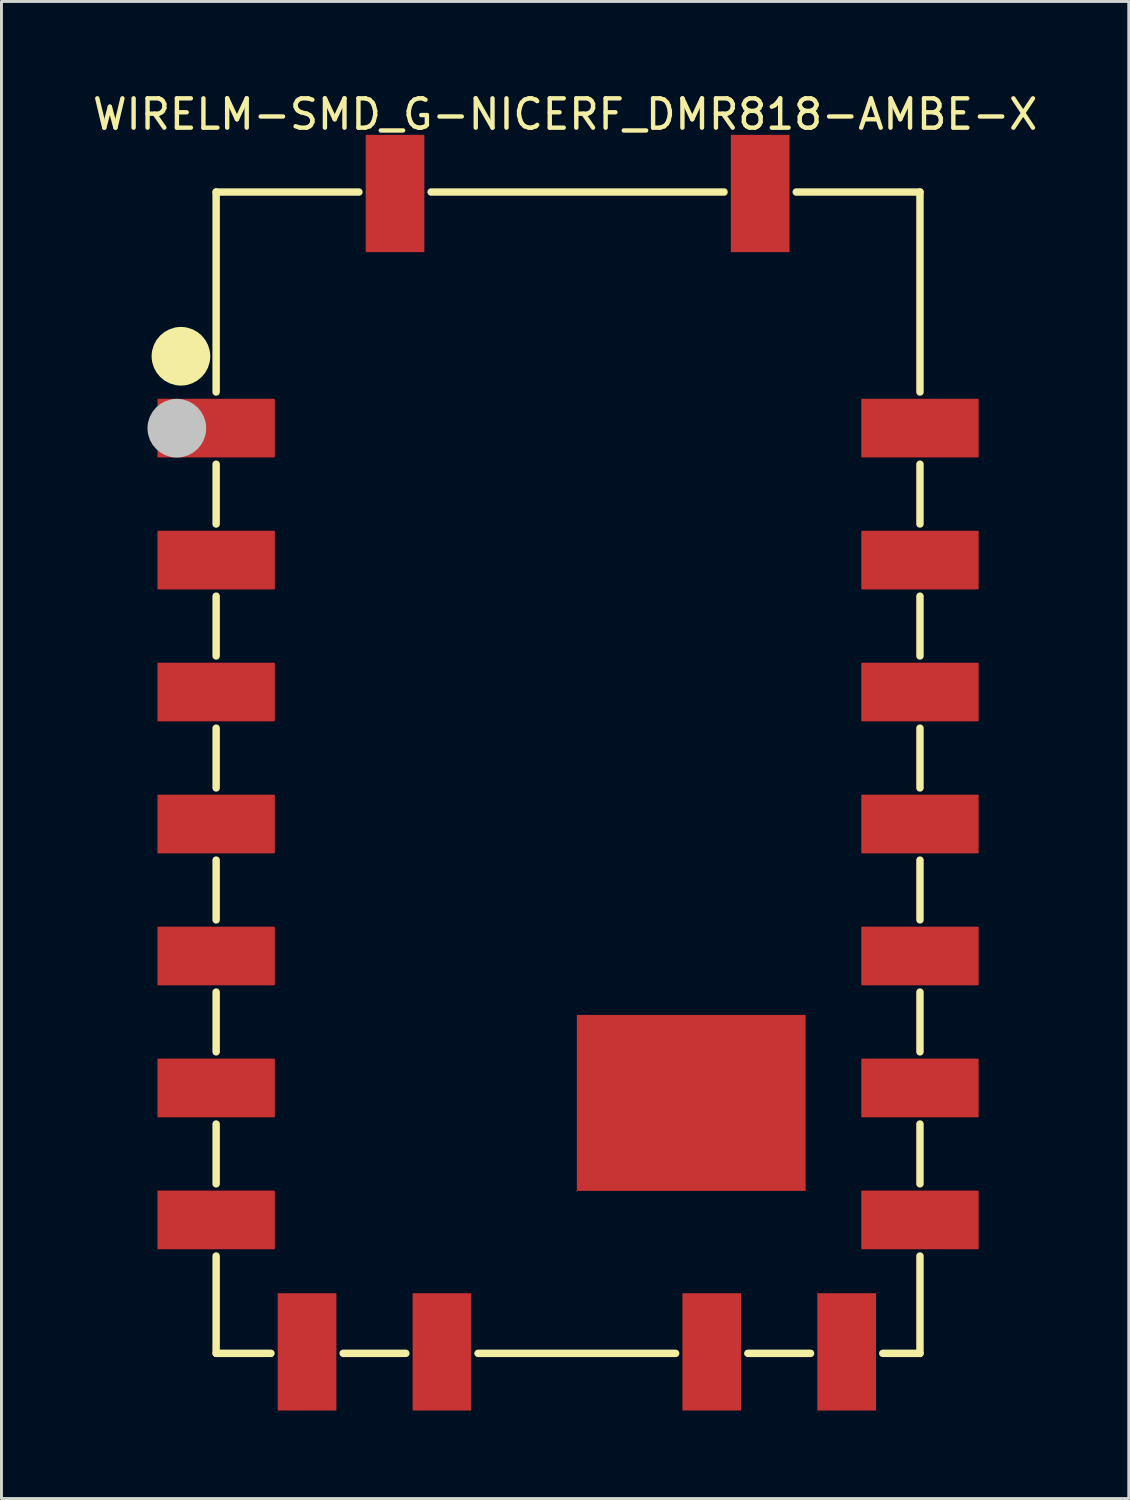
<source format=kicad_pcb>
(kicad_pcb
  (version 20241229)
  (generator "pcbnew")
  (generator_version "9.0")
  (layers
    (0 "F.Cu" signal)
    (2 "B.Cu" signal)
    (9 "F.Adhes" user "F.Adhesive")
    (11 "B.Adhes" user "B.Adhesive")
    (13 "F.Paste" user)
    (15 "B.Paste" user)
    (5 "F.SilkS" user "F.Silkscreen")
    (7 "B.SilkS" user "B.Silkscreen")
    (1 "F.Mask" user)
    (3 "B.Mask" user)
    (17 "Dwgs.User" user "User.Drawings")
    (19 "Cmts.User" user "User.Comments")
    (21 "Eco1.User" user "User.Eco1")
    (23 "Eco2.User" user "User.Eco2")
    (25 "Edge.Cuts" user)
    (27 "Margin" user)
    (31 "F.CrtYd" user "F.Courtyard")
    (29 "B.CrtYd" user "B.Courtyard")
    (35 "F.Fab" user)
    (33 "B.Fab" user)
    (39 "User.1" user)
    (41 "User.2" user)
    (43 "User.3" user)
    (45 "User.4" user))
  (footprint "WIRELM-SMD_G-NICERF_DMR818-AMBE-X"
    (layer "F.Cu")
    (at 16.32 23.298)
    (property "Reference" "WIRELM-SMD_G-NICERF_DMR818-AMBE-X" (at -0.1 -22.45 0) (layer "F.SilkS") (effects (font (size 1 1) (thickness 0.15))))
    (fp_line (start -12 -19.8) (end -7.131 -19.8) (stroke (width 0.254) (type default)) (layer "F.SilkS"))
    (fp_line (start -12 -12.981) (end -12 -19.8) (stroke (width 0.254) (type default)) (layer "F.SilkS"))
    (fp_line (start -12 -8.481) (end -12 -10.519) (stroke (width 0.254) (type default)) (layer "F.SilkS"))
    (fp_line (start -12 -3.981) (end -12 -6.019) (stroke (width 0.254) (type default)) (layer "F.SilkS"))
    (fp_line (start -12 0.519) (end -12 -1.519) (stroke (width 0.254) (type default)) (layer "F.SilkS"))
    (fp_line (start -12 5.019) (end -12 2.981) (stroke (width 0.254) (type default)) (layer "F.SilkS"))
    (fp_line (start -12 9.519) (end -12 7.481) (stroke (width 0.254) (type default)) (layer "F.SilkS"))
    (fp_line (start -12 14.019) (end -12 11.981) (stroke (width 0.254) (type default)) (layer "F.SilkS"))
    (fp_line (start -12 19.8) (end -12 16.481) (stroke (width 0.254) (type default)) (layer "F.SilkS"))
    (fp_line (start -10.131 19.8) (end -12 19.8) (stroke (width 0.254) (type default)) (layer "F.SilkS"))
    (fp_line (start -5.531 19.8) (end -7.669 19.8) (stroke (width 0.254) (type default)) (layer "F.SilkS"))
    (fp_line (start -4.669 -19.8) (end 5.319 -19.8) (stroke (width 0.254) (type default)) (layer "F.SilkS"))
    (fp_line (start 3.669 19.8) (end -3.069 19.8) (stroke (width 0.254) (type default)) (layer "F.SilkS"))
    (fp_line (start 7.781 -19.8) (end 12 -19.8) (stroke (width 0.254) (type default)) (layer "F.SilkS"))
    (fp_line (start 8.269 19.8) (end 6.131 19.8) (stroke (width 0.254) (type default)) (layer "F.SilkS"))
    (fp_line (start 12 -19.8) (end 12 -12.981) (stroke (width 0.254) (type default)) (layer "F.SilkS"))
    (fp_line (start 12 -10.519) (end 12 -8.481) (stroke (width 0.254) (type default)) (layer "F.SilkS"))
    (fp_line (start 12 -6.019) (end 12 -3.981) (stroke (width 0.254) (type default)) (layer "F.SilkS"))
    (fp_line (start 12 -1.519) (end 12 0.519) (stroke (width 0.254) (type default)) (layer "F.SilkS"))
    (fp_line (start 12 2.981) (end 12 5.019) (stroke (width 0.254) (type default)) (layer "F.SilkS"))
    (fp_line (start 12 7.481) (end 12 9.519) (stroke (width 0.254) (type default)) (layer "F.SilkS"))
    (fp_line (start 12 11.981) (end 12 14.019) (stroke (width 0.254) (type default)) (layer "F.SilkS"))
    (fp_line (start 12 16.481) (end 12 19.8) (stroke (width 0.254) (type default)) (layer "F.SilkS"))
    (fp_line (start 12 19.8) (end 10.731 19.8) (stroke (width 0.254) (type default)) (layer "F.SilkS"))
    (fp_circle (center -13.2 -14.2) (end -12.7 -14.2) (stroke (width 1) (type default)) (fill no) (layer "F.SilkS"))
    (fp_circle (center -13.34 -11.746) (end -12.839 -11.746) (stroke (width 1) (type default)) (fill no) (layer "Dwgs.User"))
    (fp_poly (pts (xy -12 -12.75) (xy -10.15 -12.75) (xy -10.15 -10.75) (xy -12 -10.75)) (stroke (width 0.1) (type default)) (fill no) (layer "User.1"))
    (fp_poly (pts (xy -12 -8.25) (xy -10.15 -8.25) (xy -10.15 -6.25) (xy -12 -6.25)) (stroke (width 0.1) (type default)) (fill no) (layer "User.1"))
    (fp_poly (pts (xy -12 -3.75) (xy -10.15 -3.75) (xy -10.15 -1.75) (xy -12 -1.75)) (stroke (width 0.1) (type default)) (fill no) (layer "User.1"))
    (fp_poly (pts (xy -12 0.75) (xy -10.15 0.75) (xy -10.15 2.75) (xy -12 2.75)) (stroke (width 0.1) (type default)) (fill no) (layer "User.1"))
    (fp_poly (pts (xy -12 5.25) (xy -10.15 5.25) (xy -10.15 7.25) (xy -12 7.25)) (stroke (width 0.1) (type default)) (fill no) (layer "User.1"))
    (fp_poly (pts (xy -12 9.75) (xy -10.15 9.75) (xy -10.15 11.75) (xy -12 11.75)) (stroke (width 0.1) (type default)) (fill no) (layer "User.1"))
    (fp_poly (pts (xy -12 14.25) (xy -10.15 14.25) (xy -10.15 16.25) (xy -12 16.25)) (stroke (width 0.1) (type default)) (fill no) (layer "User.1"))
    (fp_poly (pts (xy -7.9 17.9) (xy -7.9 19.75) (xy -9.9 19.75) (xy -9.9 17.9)) (stroke (width 0.1) (type default)) (fill no) (layer "User.1"))
    (fp_poly (pts (xy -4.9 -17.9) (xy -6.9 -17.9) (xy -6.9 -19.75) (xy -4.9 -19.75)) (stroke (width 0.1) (type default)) (fill no) (layer "User.1"))
    (fp_poly (pts (xy -3.3 17.9) (xy -3.3 19.75) (xy -5.3 19.75) (xy -5.3 17.9)) (stroke (width 0.1) (type default)) (fill no) (layer "User.1"))
    (fp_poly (pts (xy 0.3 14.26) (xy 0.3 8.26) (xy 8.1 8.26) (xy 8.1 14.26)) (stroke (width 0.1) (type default)) (fill no) (layer "User.1"))
    (fp_poly (pts (xy 5.9 17.9) (xy 5.9 19.75) (xy 3.9 19.75) (xy 3.9 17.9)) (stroke (width 0.1) (type default)) (fill no) (layer "User.1"))
    (fp_poly (pts (xy 7.55 -17.9) (xy 5.55 -17.9) (xy 5.55 -19.75) (xy 7.55 -19.75)) (stroke (width 0.1) (type default)) (fill no) (layer "User.1"))
    (fp_poly (pts (xy 10.15 -12.75) (xy 12 -12.75) (xy 12 -10.75) (xy 10.15 -10.75)) (stroke (width 0.1) (type default)) (fill no) (layer "User.1"))
    (fp_poly (pts (xy 10.15 -8.25) (xy 12 -8.25) (xy 12 -6.25) (xy 10.15 -6.25)) (stroke (width 0.1) (type default)) (fill no) (layer "User.1"))
    (fp_poly (pts (xy 10.15 -3.75) (xy 12 -3.75) (xy 12 -1.75) (xy 10.15 -1.75)) (stroke (width 0.1) (type default)) (fill no) (layer "User.1"))
    (fp_poly (pts (xy 10.15 0.75) (xy 12 0.75) (xy 12 2.75) (xy 10.15 2.75)) (stroke (width 0.1) (type default)) (fill no) (layer "User.1"))
    (fp_poly (pts (xy 10.15 5.25) (xy 12 5.25) (xy 12 7.25) (xy 10.15 7.25)) (stroke (width 0.1) (type default)) (fill no) (layer "User.1"))
    (fp_poly (pts (xy 10.15 9.75) (xy 12 9.75) (xy 12 11.75) (xy 10.15 11.75)) (stroke (width 0.1) (type default)) (fill no) (layer "User.1"))
    (fp_poly (pts (xy 10.15 14.25) (xy 12 14.25) (xy 12 16.25) (xy 10.15 16.25)) (stroke (width 0.1) (type default)) (fill no) (layer "User.1"))
    (fp_poly (pts (xy 10.5 17.9) (xy 10.5 19.75) (xy 8.5 19.75) (xy 8.5 17.9)) (stroke (width 0.1) (type default)) (fill no) (layer "User.1"))
    (fp_line (start -12 -19.75) (end 12 -19.75) (stroke (width 0.051) (type default)) (layer "User.2"))
    (fp_line (start -12 19.75) (end -12 -19.75) (stroke (width 0.051) (type default)) (layer "User.2"))
    (fp_line (start 12 -19.75) (end 12 19.75) (stroke (width 0.051) (type default)) (layer "User.2"))
    (fp_line (start 12 19.75) (end -12 19.75) (stroke (width 0.051) (type default)) (layer "User.2"))
    (fp_poly (pts (xy -11.945 -19.773) (xy -11.977 -19.805) (xy -12.023 -19.805) (xy -12.055 -19.773) (xy -12.055 -19.727) (xy -12.023 -19.695) (xy -11.977 -19.695) (xy -11.945 -19.727)) (stroke (width 0.1) (type default)) (fill no) (layer "User.3"))
    (pad "1" smd rect (at -12 -11.75 270) (size 2 4) (layers "F.Cu" "F.Mask" "F.Paste"))
    (pad "2" smd rect (at -12 -7.25 270) (size 2 4) (layers "F.Cu" "F.Mask" "F.Paste"))
    (pad "3" smd rect (at -12 -2.75 270) (size 2 4) (layers "F.Cu" "F.Mask" "F.Paste"))
    (pad "4" smd rect (at -12 1.75 270) (size 2 4) (layers "F.Cu" "F.Mask" "F.Paste"))
    (pad "5" smd rect (at -12 6.25 270) (size 2 4) (layers "F.Cu" "F.Mask" "F.Paste"))
    (pad "6" smd rect (at -12 10.75 270) (size 2 4) (layers "F.Cu" "F.Mask" "F.Paste"))
    (pad "7" smd rect (at -12 15.25 270) (size 2 4) (layers "F.Cu" "F.Mask" "F.Paste"))
    (pad "8" smd rect (at -8.9 19.75) (size 2 4) (layers "F.Cu" "F.Mask" "F.Paste"))
    (pad "9" smd rect (at -4.3 19.75) (size 2 4) (layers "F.Cu" "F.Mask" "F.Paste"))
    (pad "10" smd rect (at 4.9 19.75) (size 2 4) (layers "F.Cu" "F.Mask" "F.Paste"))
    (pad "11" smd rect (at 9.5 19.75) (size 2 4) (layers "F.Cu" "F.Mask" "F.Paste"))
    (pad "12" smd rect (at 12 15.25 270) (size 2 4) (layers "F.Cu" "F.Mask" "F.Paste"))
    (pad "13" smd rect (at 12 10.75 270) (size 2 4) (layers "F.Cu" "F.Mask" "F.Paste"))
    (pad "14" smd rect (at 12 6.25 270) (size 2 4) (layers "F.Cu" "F.Mask" "F.Paste"))
    (pad "15" smd rect (at 12 1.75 270) (size 2 4) (layers "F.Cu" "F.Mask" "F.Paste"))
    (pad "16" smd rect (at 12 -2.75 270) (size 2 4) (layers "F.Cu" "F.Mask" "F.Paste"))
    (pad "17" smd rect (at 12 -7.25 270) (size 2 4) (layers "F.Cu" "F.Mask" "F.Paste"))
    (pad "18" smd rect (at 12 -11.75 270) (size 2 4) (layers "F.Cu" "F.Mask" "F.Paste"))
    (pad "19" smd rect (at 6.55 -19.75 90) (size 4 2) (layers "F.Cu" "F.Mask" "F.Paste"))
    (pad "20" smd rect (at -5.9 -19.75 90) (size 4 2) (layers "F.Cu" "F.Mask" "F.Paste"))
    (pad "21" smd rect (at 4.2 11.26 90) (size 6 7.8) (layers "F.Cu" "F.Mask" "F.Paste")))
  (gr_rect
    (start -3 -3)
    (end 35.44 48.048)
    (stroke (width 0.1) (type default))
    (fill no)
    (layer "Edge.Cuts")))
</source>
